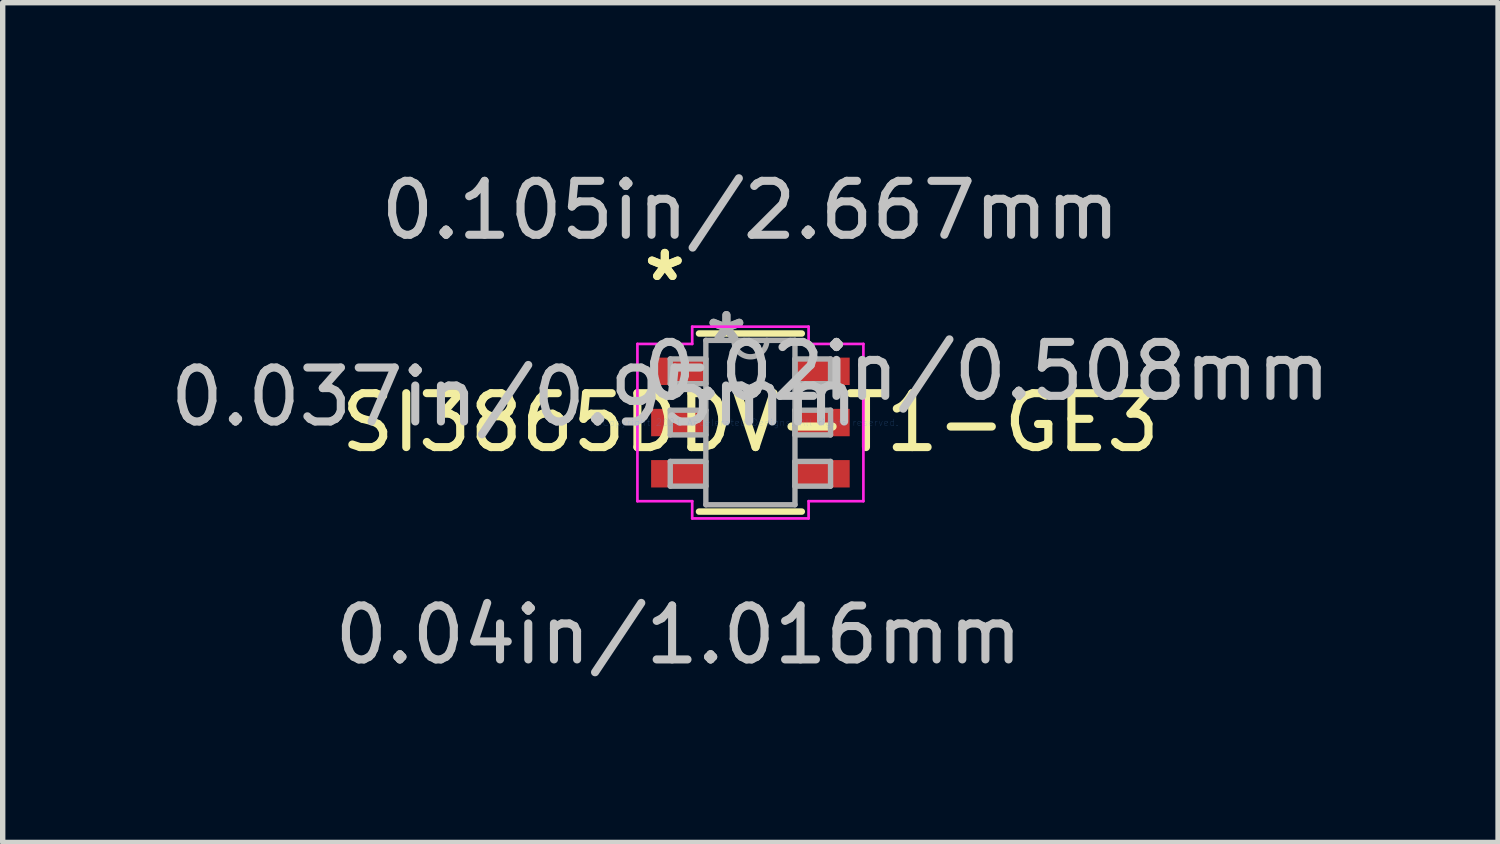
<source format=kicad_pcb>
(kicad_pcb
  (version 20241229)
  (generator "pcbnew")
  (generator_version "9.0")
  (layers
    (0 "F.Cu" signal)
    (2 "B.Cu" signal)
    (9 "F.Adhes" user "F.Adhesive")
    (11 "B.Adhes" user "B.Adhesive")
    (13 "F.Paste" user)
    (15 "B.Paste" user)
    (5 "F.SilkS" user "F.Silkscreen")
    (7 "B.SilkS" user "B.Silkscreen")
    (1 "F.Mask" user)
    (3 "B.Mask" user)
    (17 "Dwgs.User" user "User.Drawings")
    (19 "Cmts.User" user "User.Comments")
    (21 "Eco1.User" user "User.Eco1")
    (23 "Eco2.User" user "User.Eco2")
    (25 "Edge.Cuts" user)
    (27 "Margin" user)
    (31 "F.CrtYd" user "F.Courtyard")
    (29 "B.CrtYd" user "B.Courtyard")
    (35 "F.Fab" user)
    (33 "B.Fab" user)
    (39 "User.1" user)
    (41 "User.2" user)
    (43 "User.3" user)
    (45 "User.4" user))
  (footprint "SI3865DDV-T1-GE3"
    (layer "F.Cu")
    (at 10.864 4.785)
    (property "Reference" "SI3865DDV-T1-GE3" (at 0 0 0) (layer "F.SilkS") (effects (font (size 1 1) (thickness 0.15))))
    (attr through_hole)
    (fp_line (start -0.953 1.651) (end 0.953 1.651) (stroke (width 0.12) (type solid)) (layer "F.SilkS"))
    (fp_line (start 0.953 -1.651) (end -0.953 -1.651) (stroke (width 0.12) (type solid)) (layer "F.SilkS"))
    (fp_line (start -2.095 -1.458) (end -1.079 -1.458) (stroke (width 0.05) (type solid)) (layer "F.CrtYd"))
    (fp_line (start -2.095 1.458) (end -2.095 -1.458) (stroke (width 0.05) (type solid)) (layer "F.CrtYd"))
    (fp_line (start -1.079 -1.778) (end 1.079 -1.778) (stroke (width 0.05) (type solid)) (layer "F.CrtYd"))
    (fp_line (start -1.079 -1.458) (end -1.079 -1.778) (stroke (width 0.05) (type solid)) (layer "F.CrtYd"))
    (fp_line (start -1.079 1.458) (end -2.095 1.458) (stroke (width 0.05) (type solid)) (layer "F.CrtYd"))
    (fp_line (start -1.079 1.778) (end -1.079 1.458) (stroke (width 0.05) (type solid)) (layer "F.CrtYd"))
    (fp_line (start 1.079 -1.778) (end 1.079 -1.458) (stroke (width 0.05) (type solid)) (layer "F.CrtYd"))
    (fp_line (start 1.079 -1.458) (end 2.095 -1.458) (stroke (width 0.05) (type solid)) (layer "F.CrtYd"))
    (fp_line (start 1.079 1.458) (end 1.079 1.778) (stroke (width 0.05) (type solid)) (layer "F.CrtYd"))
    (fp_line (start 1.079 1.778) (end -1.079 1.778) (stroke (width 0.05) (type solid)) (layer "F.CrtYd"))
    (fp_line (start 2.095 -1.458) (end 2.095 1.458) (stroke (width 0.05) (type solid)) (layer "F.CrtYd"))
    (fp_line (start 2.095 1.458) (end 1.079 1.458) (stroke (width 0.05) (type solid)) (layer "F.CrtYd"))
    (fp_line (start -1.486 -1.179) (end -1.486 -0.721) (stroke (width 0.1) (type solid)) (layer "F.Fab"))
    (fp_line (start -1.486 -0.721) (end -0.826 -0.721) (stroke (width 0.1) (type solid)) (layer "F.Fab"))
    (fp_line (start -1.486 -0.229) (end -1.486 0.229) (stroke (width 0.1) (type solid)) (layer "F.Fab"))
    (fp_line (start -1.486 0.229) (end -0.826 0.229) (stroke (width 0.1) (type solid)) (layer "F.Fab"))
    (fp_line (start -1.486 0.721) (end -1.486 1.179) (stroke (width 0.1) (type solid)) (layer "F.Fab"))
    (fp_line (start -1.486 1.179) (end -0.826 1.179) (stroke (width 0.1) (type solid)) (layer "F.Fab"))
    (fp_line (start -0.826 -1.524) (end -0.826 1.524) (stroke (width 0.1) (type solid)) (layer "F.Fab"))
    (fp_line (start -0.826 -1.179) (end -1.486 -1.179) (stroke (width 0.1) (type solid)) (layer "F.Fab"))
    (fp_line (start -0.826 -0.721) (end -0.826 -1.179) (stroke (width 0.1) (type solid)) (layer "F.Fab"))
    (fp_line (start -0.826 -0.229) (end -1.486 -0.229) (stroke (width 0.1) (type solid)) (layer "F.Fab"))
    (fp_line (start -0.826 0.229) (end -0.826 -0.229) (stroke (width 0.1) (type solid)) (layer "F.Fab"))
    (fp_line (start -0.826 0.721) (end -1.486 0.721) (stroke (width 0.1) (type solid)) (layer "F.Fab"))
    (fp_line (start -0.826 1.179) (end -0.826 0.721) (stroke (width 0.1) (type solid)) (layer "F.Fab"))
    (fp_line (start -0.826 1.524) (end 0.826 1.524) (stroke (width 0.1) (type solid)) (layer "F.Fab"))
    (fp_line (start 0.826 -1.524) (end -0.826 -1.524) (stroke (width 0.1) (type solid)) (layer "F.Fab"))
    (fp_line (start 0.826 -1.179) (end 0.826 -0.721) (stroke (width 0.1) (type solid)) (layer "F.Fab"))
    (fp_line (start 0.826 -0.721) (end 1.486 -0.721) (stroke (width 0.1) (type solid)) (layer "F.Fab"))
    (fp_line (start 0.826 -0.229) (end 0.826 0.229) (stroke (width 0.1) (type solid)) (layer "F.Fab"))
    (fp_line (start 0.826 0.229) (end 1.486 0.229) (stroke (width 0.1) (type solid)) (layer "F.Fab"))
    (fp_line (start 0.826 0.721) (end 0.826 1.179) (stroke (width 0.1) (type solid)) (layer "F.Fab"))
    (fp_line (start 0.826 1.179) (end 1.486 1.179) (stroke (width 0.1) (type solid)) (layer "F.Fab"))
    (fp_line (start 0.826 1.524) (end 0.826 -1.524) (stroke (width 0.1) (type solid)) (layer "F.Fab"))
    (fp_line (start 1.486 -1.179) (end 0.826 -1.179) (stroke (width 0.1) (type solid)) (layer "F.Fab"))
    (fp_line (start 1.486 -0.721) (end 1.486 -1.179) (stroke (width 0.1) (type solid)) (layer "F.Fab"))
    (fp_line (start 1.486 -0.229) (end 0.826 -0.229) (stroke (width 0.1) (type solid)) (layer "F.Fab"))
    (fp_line (start 1.486 0.229) (end 1.486 -0.229) (stroke (width 0.1) (type solid)) (layer "F.Fab"))
    (fp_line (start 1.486 0.721) (end 0.826 0.721) (stroke (width 0.1) (type solid)) (layer "F.Fab"))
    (fp_line (start 1.486 1.179) (end 1.486 0.721) (stroke (width 0.1) (type solid)) (layer "F.Fab"))
    (fp_arc (start 0.3048 -1.524) (mid 0 -1.2192) (end -0.3048 -1.524) (stroke (width 0.1) (type solid)) (layer "F.Fab"))
    (fp_text user "*" (at -1.587 -2.601 0) (layer "F.SilkS") (effects (font (size 1 1) (thickness 0.15))))
    (fp_text user "*" (at -1.587 -2.601 0) (layer "F.SilkS") (effects (font (size 1 1) (thickness 0.15))))
    (fp_text user "0.037in/0.95mm" (at -4.381 -0.475 0) (layer "Dwgs.User") (effects (font (size 1 1) (thickness 0.15))))
    (fp_text user "0.02in/0.508mm" (at 4.381 -0.95 0) (layer "Dwgs.User") (effects (font (size 1 1) (thickness 0.15))))
    (fp_text user "0.04in/1.016mm" (at -1.333 3.937 0) (layer "Dwgs.User") (effects (font (size 1 1) (thickness 0.15))))
    (fp_text user "0.105in/2.667mm" (at 0 -3.937 0) (layer "Dwgs.User") (effects (font (size 1 1) (thickness 0.15))))
    (fp_text user "Copyright 2021 Accelerated Designs. All rights reserved." (at 0 0 0) (layer "Cmts.User") (effects (font (size 0.127 0.127) (thickness 0.002))))
    (fp_text user "*" (at -0.445 -1.448 0) (layer "F.Fab") (effects (font (size 1 1) (thickness 0.15))))
    (fp_text user "*" (at -0.445 -1.448 0) (layer "F.Fab") (effects (font (size 1 1) (thickness 0.15))))
    (pad "1" smd rect (at -1.333 -0.95) (size 1.016 0.508) (layers "F.Cu" "F.Mask" "F.Paste"))
    (pad "2" smd rect (at -1.333 0) (size 1.016 0.508) (layers "F.Cu" "F.Mask" "F.Paste"))
    (pad "3" smd rect (at -1.333 0.95) (size 1.016 0.508) (layers "F.Cu" "F.Mask" "F.Paste"))
    (pad "4" smd rect (at 1.333 0.95) (size 1.016 0.508) (layers "F.Cu" "F.Mask" "F.Paste"))
    (pad "5" smd rect (at 1.333 0) (size 1.016 0.508) (layers "F.Cu" "F.Mask" "F.Paste"))
    (pad "6" smd rect (at 1.333 -0.95) (size 1.016 0.508) (layers "F.Cu" "F.Mask" "F.Paste")))
  (gr_rect
    (start -3 -3)
    (end 24.727 12.57)
    (stroke (width 0.1) (type default))
    (fill no)
    (layer "Edge.Cuts")))
</source>
